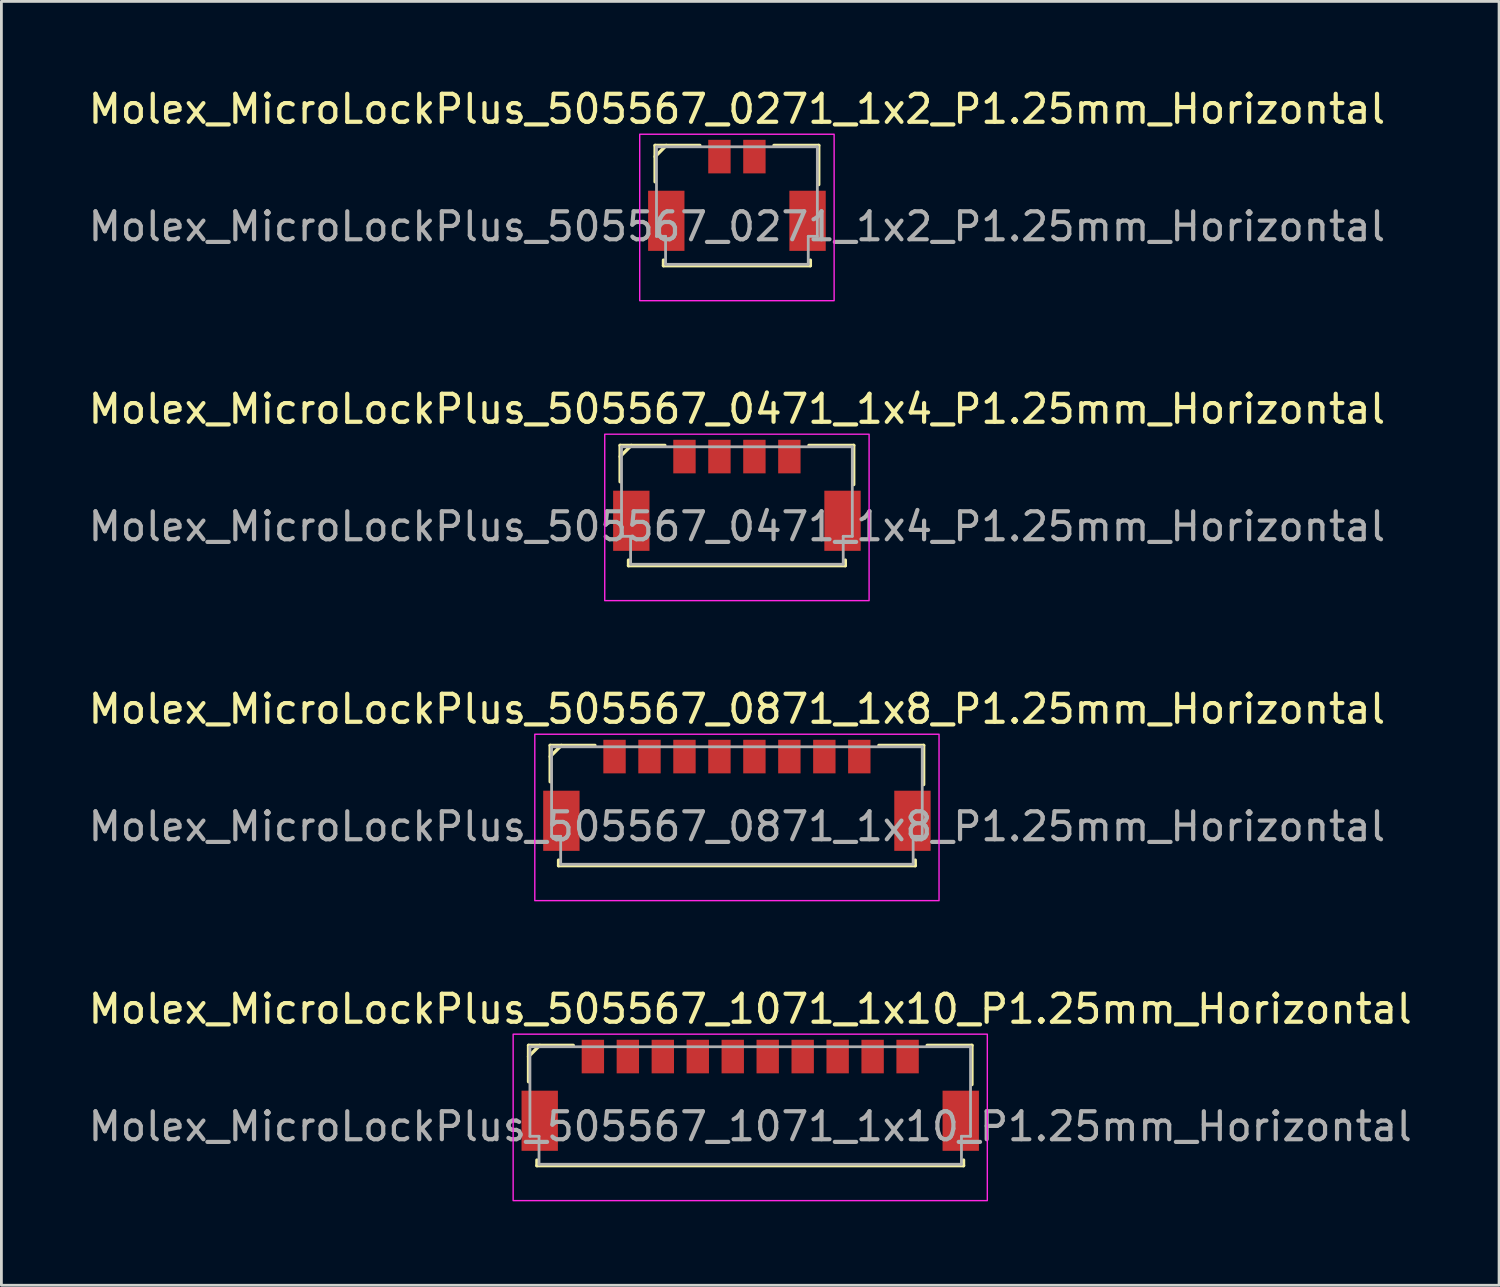
<source format=kicad_pcb>
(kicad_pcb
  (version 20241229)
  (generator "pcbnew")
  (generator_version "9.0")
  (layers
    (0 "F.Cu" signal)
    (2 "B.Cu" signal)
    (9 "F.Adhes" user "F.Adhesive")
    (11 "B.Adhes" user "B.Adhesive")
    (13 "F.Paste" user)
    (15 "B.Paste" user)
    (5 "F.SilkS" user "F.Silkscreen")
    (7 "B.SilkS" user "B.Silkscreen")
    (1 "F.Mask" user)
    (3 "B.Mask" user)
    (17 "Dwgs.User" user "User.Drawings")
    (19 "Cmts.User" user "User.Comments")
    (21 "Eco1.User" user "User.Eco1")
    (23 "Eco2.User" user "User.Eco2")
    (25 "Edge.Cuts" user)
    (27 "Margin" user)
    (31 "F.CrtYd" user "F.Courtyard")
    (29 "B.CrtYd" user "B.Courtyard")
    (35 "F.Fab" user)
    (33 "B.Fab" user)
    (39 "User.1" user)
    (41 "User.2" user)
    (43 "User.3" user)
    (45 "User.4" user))
  (footprint "Molex_MicroLockPlus_505567_1071_1x10_P1.25mm_Horizontal"
    (layer "F.Cu")
    (at 23.768 37.218)
    (property "Reference" "Molex_MicroLockPlus_505567_1071_1x10_P1.25mm_Horizontal" (at 0 -4.2 0) (unlocked yes) (layer "F.SilkS") (effects (font (size 1 1) (thickness 0.15))))
    (attr smd)
    (fp_line (start -7.925 -2.9) (end -6.325 -2.9) (stroke (width 0.12) (type default)) (layer "F.SilkS"))
    (fp_line (start -7.925 -2.5) (end -7.525 -2.9) (stroke (width 0.12) (type default)) (layer "F.SilkS"))
    (fp_line (start -7.925 -1.6) (end -7.925 -2.9) (stroke (width 0.12) (type default)) (layer "F.SilkS"))
    (fp_line (start -7.625 1.2) (end -7.625 1.4) (stroke (width 0.12) (type default)) (layer "F.SilkS"))
    (fp_line (start -7.625 1.4) (end 7.625 1.4) (stroke (width 0.12) (type default)) (layer "F.SilkS"))
    (fp_line (start 7.625 1.4) (end 7.625 1.2) (stroke (width 0.12) (type default)) (layer "F.SilkS"))
    (fp_line (start 7.925 -2.9) (end 6.325 -2.9) (stroke (width 0.12) (type default)) (layer "F.SilkS"))
    (fp_line (start 7.925 -1.5) (end 7.925 -2.9) (stroke (width 0.12) (type default)) (layer "F.SilkS"))
    (fp_rect (start -8.475 -3.3) (end 8.475 2.65) (stroke (width 0.05) (type default)) (fill no) (layer "F.CrtYd"))
    (fp_line (start -7.875 -2.85) (end -7.875 0.35) (stroke (width 0.1) (type default)) (layer "F.Fab"))
    (fp_line (start -7.875 -2.85) (end 7.875 -2.85) (stroke (width 0.1) (type default)) (layer "F.Fab"))
    (fp_line (start -7.55 0.35) (end -7.875 0.35) (stroke (width 0.1) (type default)) (layer "F.Fab"))
    (fp_line (start -7.55 1.35) (end -7.55 0.35) (stroke (width 0.1) (type default)) (layer "F.Fab"))
    (fp_line (start -7.55 1.35) (end 7.55 1.35) (stroke (width 0.1) (type default)) (layer "F.Fab"))
    (fp_line (start 7.55 0.35) (end 7.875 0.35) (stroke (width 0.1) (type default)) (layer "F.Fab"))
    (fp_line (start 7.55 1.35) (end 7.55 0.35) (stroke (width 0.1) (type default)) (layer "F.Fab"))
    (fp_line (start 7.875 -2.85) (end 7.875 0.35) (stroke (width 0.1) (type default)) (layer "F.Fab"))
    (fp_text user "${REFERENCE}" (at 0 0 0) (unlocked yes) (layer "F.Fab") (effects (font (size 1 1) (thickness 0.15))))
    (pad "1" smd rect (at -5.625 -2.5) (size 0.8 1.2) (layers "F.Cu" "F.Mask" "F.Paste"))
    (pad "2" smd rect (at -4.375 -2.5) (size 0.8 1.2) (layers "F.Cu" "F.Mask" "F.Paste"))
    (pad "3" smd rect (at -3.125 -2.5) (size 0.8 1.2) (layers "F.Cu" "F.Mask" "F.Paste"))
    (pad "4" smd rect (at -1.875 -2.5) (size 0.8 1.2) (layers "F.Cu" "F.Mask" "F.Paste"))
    (pad "5" smd rect (at -0.625 -2.5) (size 0.8 1.2) (layers "F.Cu" "F.Mask" "F.Paste"))
    (pad "6" smd rect (at 0.625 -2.5) (size 0.8 1.2) (layers "F.Cu" "F.Mask" "F.Paste"))
    (pad "7" smd rect (at 1.875 -2.5) (size 0.8 1.2) (layers "F.Cu" "F.Mask" "F.Paste"))
    (pad "8" smd rect (at 3.125 -2.5) (size 0.8 1.2) (layers "F.Cu" "F.Mask" "F.Paste"))
    (pad "9" smd rect (at 4.375 -2.5) (size 0.8 1.2) (layers "F.Cu" "F.Mask" "F.Paste"))
    (pad "10" smd rect (at 5.625 -2.5) (size 0.8 1.2) (layers "F.Cu" "F.Mask" "F.Paste"))
    (pad "MP" smd rect (at -7.525 -0.205) (size 1.3 2.15) (layers "F.Cu" "F.Mask" "F.Paste"))
    (pad "MP" smd rect (at 7.525 -0.205) (size 1.3 2.15) (layers "F.Cu" "F.Mask" "F.Paste")))
  (footprint "Molex_MicroLockPlus_505567_0271_1x2_P1.25mm_Horizontal"
    (layer "F.Cu")
    (at 23.292 5.048)
    (property "Reference" "Molex_MicroLockPlus_505567_0271_1x2_P1.25mm_Horizontal" (at 0 -4.2 0) (unlocked yes) (layer "F.SilkS") (effects (font (size 1 1) (thickness 0.15))))
    (attr smd)
    (fp_line (start -2.925 -2.9) (end -1.325 -2.9) (stroke (width 0.12) (type default)) (layer "F.SilkS"))
    (fp_line (start -2.925 -2.5) (end -2.525 -2.9) (stroke (width 0.12) (type default)) (layer "F.SilkS"))
    (fp_line (start -2.925 -1.6) (end -2.925 -2.9) (stroke (width 0.12) (type default)) (layer "F.SilkS"))
    (fp_line (start -2.625 1.2) (end -2.625 1.4) (stroke (width 0.12) (type default)) (layer "F.SilkS"))
    (fp_line (start -2.625 1.4) (end 2.625 1.4) (stroke (width 0.12) (type default)) (layer "F.SilkS"))
    (fp_line (start 2.625 1.4) (end 2.625 1.2) (stroke (width 0.12) (type default)) (layer "F.SilkS"))
    (fp_line (start 2.925 -2.9) (end 1.325 -2.9) (stroke (width 0.12) (type default)) (layer "F.SilkS"))
    (fp_line (start 2.925 -1.5) (end 2.925 -2.9) (stroke (width 0.12) (type default)) (layer "F.SilkS"))
    (fp_rect (start -3.475 -3.3) (end 3.475 2.65) (stroke (width 0.05) (type default)) (fill no) (layer "F.CrtYd"))
    (fp_line (start -2.875 -2.85) (end -2.875 0.35) (stroke (width 0.1) (type default)) (layer "F.Fab"))
    (fp_line (start -2.875 -2.85) (end 2.875 -2.85) (stroke (width 0.1) (type default)) (layer "F.Fab"))
    (fp_line (start -2.55 0.35) (end -2.875 0.35) (stroke (width 0.1) (type default)) (layer "F.Fab"))
    (fp_line (start -2.55 1.35) (end -2.55 0.35) (stroke (width 0.1) (type default)) (layer "F.Fab"))
    (fp_line (start -2.55 1.35) (end 2.55 1.35) (stroke (width 0.1) (type default)) (layer "F.Fab"))
    (fp_line (start 2.55 0.35) (end 2.875 0.35) (stroke (width 0.1) (type default)) (layer "F.Fab"))
    (fp_line (start 2.55 1.35) (end 2.55 0.35) (stroke (width 0.1) (type default)) (layer "F.Fab"))
    (fp_line (start 2.875 -2.85) (end 2.875 0.35) (stroke (width 0.1) (type default)) (layer "F.Fab"))
    (fp_text user "${REFERENCE}" (at 0 0 0) (unlocked yes) (layer "F.Fab") (effects (font (size 1 1) (thickness 0.15))))
    (pad "1" smd rect (at -0.625 -2.5) (size 0.8 1.2) (layers "F.Cu" "F.Mask" "F.Paste"))
    (pad "2" smd rect (at 0.625 -2.5) (size 0.8 1.2) (layers "F.Cu" "F.Mask" "F.Paste"))
    (pad "MP" smd rect (at -2.525 -0.205) (size 1.3 2.15) (layers "F.Cu" "F.Mask" "F.Paste"))
    (pad "MP" smd rect (at 2.525 -0.205) (size 1.3 2.15) (layers "F.Cu" "F.Mask" "F.Paste")))
  (footprint "Molex_MicroLockPlus_505567_0871_1x8_P1.25mm_Horizontal"
    (layer "F.Cu")
    (at 23.292 26.495)
    (property "Reference" "Molex_MicroLockPlus_505567_0871_1x8_P1.25mm_Horizontal" (at 0 -4.2 0) (unlocked yes) (layer "F.SilkS") (effects (font (size 1 1) (thickness 0.15))))
    (attr smd)
    (fp_line (start -6.675 -2.9) (end -5.075 -2.9) (stroke (width 0.12) (type default)) (layer "F.SilkS"))
    (fp_line (start -6.675 -2.5) (end -6.275 -2.9) (stroke (width 0.12) (type default)) (layer "F.SilkS"))
    (fp_line (start -6.675 -1.6) (end -6.675 -2.9) (stroke (width 0.12) (type default)) (layer "F.SilkS"))
    (fp_line (start -6.375 1.2) (end -6.375 1.4) (stroke (width 0.12) (type default)) (layer "F.SilkS"))
    (fp_line (start -6.375 1.4) (end 6.375 1.4) (stroke (width 0.12) (type default)) (layer "F.SilkS"))
    (fp_line (start 6.375 1.4) (end 6.375 1.2) (stroke (width 0.12) (type default)) (layer "F.SilkS"))
    (fp_line (start 6.675 -2.9) (end 5.075 -2.9) (stroke (width 0.12) (type default)) (layer "F.SilkS"))
    (fp_line (start 6.675 -1.5) (end 6.675 -2.9) (stroke (width 0.12) (type default)) (layer "F.SilkS"))
    (fp_rect (start -7.225 -3.3) (end 7.225 2.65) (stroke (width 0.05) (type default)) (fill no) (layer "F.CrtYd"))
    (fp_line (start -6.625 -2.85) (end -6.625 0.35) (stroke (width 0.1) (type default)) (layer "F.Fab"))
    (fp_line (start -6.625 -2.85) (end 6.625 -2.85) (stroke (width 0.1) (type default)) (layer "F.Fab"))
    (fp_line (start -6.3 0.35) (end -6.625 0.35) (stroke (width 0.1) (type default)) (layer "F.Fab"))
    (fp_line (start -6.3 1.35) (end -6.3 0.35) (stroke (width 0.1) (type default)) (layer "F.Fab"))
    (fp_line (start -6.3 1.35) (end 6.3 1.35) (stroke (width 0.1) (type default)) (layer "F.Fab"))
    (fp_line (start 6.3 0.35) (end 6.625 0.35) (stroke (width 0.1) (type default)) (layer "F.Fab"))
    (fp_line (start 6.3 1.35) (end 6.3 0.35) (stroke (width 0.1) (type default)) (layer "F.Fab"))
    (fp_line (start 6.625 -2.85) (end 6.625 0.35) (stroke (width 0.1) (type default)) (layer "F.Fab"))
    (fp_text user "${REFERENCE}" (at 0 0 0) (unlocked yes) (layer "F.Fab") (effects (font (size 1 1) (thickness 0.15))))
    (pad "1" smd rect (at -4.375 -2.5) (size 0.8 1.2) (layers "F.Cu" "F.Mask" "F.Paste"))
    (pad "2" smd rect (at -3.125 -2.5) (size 0.8 1.2) (layers "F.Cu" "F.Mask" "F.Paste"))
    (pad "3" smd rect (at -1.875 -2.5) (size 0.8 1.2) (layers "F.Cu" "F.Mask" "F.Paste"))
    (pad "4" smd rect (at -0.625 -2.5) (size 0.8 1.2) (layers "F.Cu" "F.Mask" "F.Paste"))
    (pad "5" smd rect (at 0.625 -2.5) (size 0.8 1.2) (layers "F.Cu" "F.Mask" "F.Paste"))
    (pad "6" smd rect (at 1.875 -2.5) (size 0.8 1.2) (layers "F.Cu" "F.Mask" "F.Paste"))
    (pad "7" smd rect (at 3.125 -2.5) (size 0.8 1.2) (layers "F.Cu" "F.Mask" "F.Paste"))
    (pad "8" smd rect (at 4.375 -2.5) (size 0.8 1.2) (layers "F.Cu" "F.Mask" "F.Paste"))
    (pad "MP" smd rect (at -6.275 -0.205) (size 1.3 2.15) (layers "F.Cu" "F.Mask" "F.Paste"))
    (pad "MP" smd rect (at 6.275 -0.205) (size 1.3 2.15) (layers "F.Cu" "F.Mask" "F.Paste")))
  (footprint "Molex_MicroLockPlus_505567_0471_1x4_P1.25mm_Horizontal"
    (layer "F.Cu")
    (at 23.292 15.771)
    (property "Reference" "Molex_MicroLockPlus_505567_0471_1x4_P1.25mm_Horizontal" (at 0 -4.2 0) (unlocked yes) (layer "F.SilkS") (effects (font (size 1 1) (thickness 0.15))))
    (attr smd)
    (fp_line (start -4.175 -2.9) (end -2.575 -2.9) (stroke (width 0.12) (type default)) (layer "F.SilkS"))
    (fp_line (start -4.175 -2.5) (end -3.775 -2.9) (stroke (width 0.12) (type default)) (layer "F.SilkS"))
    (fp_line (start -4.175 -1.6) (end -4.175 -2.9) (stroke (width 0.12) (type default)) (layer "F.SilkS"))
    (fp_line (start -3.875 1.2) (end -3.875 1.4) (stroke (width 0.12) (type default)) (layer "F.SilkS"))
    (fp_line (start -3.875 1.4) (end 3.875 1.4) (stroke (width 0.12) (type default)) (layer "F.SilkS"))
    (fp_line (start 3.875 1.4) (end 3.875 1.2) (stroke (width 0.12) (type default)) (layer "F.SilkS"))
    (fp_line (start 4.175 -2.9) (end 2.575 -2.9) (stroke (width 0.12) (type default)) (layer "F.SilkS"))
    (fp_line (start 4.175 -1.5) (end 4.175 -2.9) (stroke (width 0.12) (type default)) (layer "F.SilkS"))
    (fp_rect (start -4.725 -3.3) (end 4.725 2.65) (stroke (width 0.05) (type default)) (fill no) (layer "F.CrtYd"))
    (fp_line (start -4.125 -2.85) (end -4.125 0.35) (stroke (width 0.1) (type default)) (layer "F.Fab"))
    (fp_line (start -4.125 -2.85) (end 4.125 -2.85) (stroke (width 0.1) (type default)) (layer "F.Fab"))
    (fp_line (start -3.8 0.35) (end -4.125 0.35) (stroke (width 0.1) (type default)) (layer "F.Fab"))
    (fp_line (start -3.8 1.35) (end -3.8 0.35) (stroke (width 0.1) (type default)) (layer "F.Fab"))
    (fp_line (start -3.8 1.35) (end 3.8 1.35) (stroke (width 0.1) (type default)) (layer "F.Fab"))
    (fp_line (start 3.8 0.35) (end 4.125 0.35) (stroke (width 0.1) (type default)) (layer "F.Fab"))
    (fp_line (start 3.8 1.35) (end 3.8 0.35) (stroke (width 0.1) (type default)) (layer "F.Fab"))
    (fp_line (start 4.125 -2.85) (end 4.125 0.35) (stroke (width 0.1) (type default)) (layer "F.Fab"))
    (fp_text user "${REFERENCE}" (at 0 0 0) (unlocked yes) (layer "F.Fab") (effects (font (size 1 1) (thickness 0.15))))
    (pad "1" smd rect (at -1.875 -2.5) (size 0.8 1.2) (layers "F.Cu" "F.Mask" "F.Paste"))
    (pad "2" smd rect (at -0.625 -2.5) (size 0.8 1.2) (layers "F.Cu" "F.Mask" "F.Paste"))
    (pad "3" smd rect (at 0.625 -2.5) (size 0.8 1.2) (layers "F.Cu" "F.Mask" "F.Paste"))
    (pad "4" smd rect (at 1.875 -2.5) (size 0.8 1.2) (layers "F.Cu" "F.Mask" "F.Paste"))
    (pad "MP" smd rect (at -3.775 -0.205) (size 1.3 2.15) (layers "F.Cu" "F.Mask" "F.Paste"))
    (pad "MP" smd rect (at 3.775 -0.205) (size 1.3 2.15) (layers "F.Cu" "F.Mask" "F.Paste")))
  (gr_rect
    (start -3 -3)
    (end 50.536 42.893)
    (stroke (width 0.1) (type default))
    (fill no)
    (layer "Edge.Cuts")))
</source>
